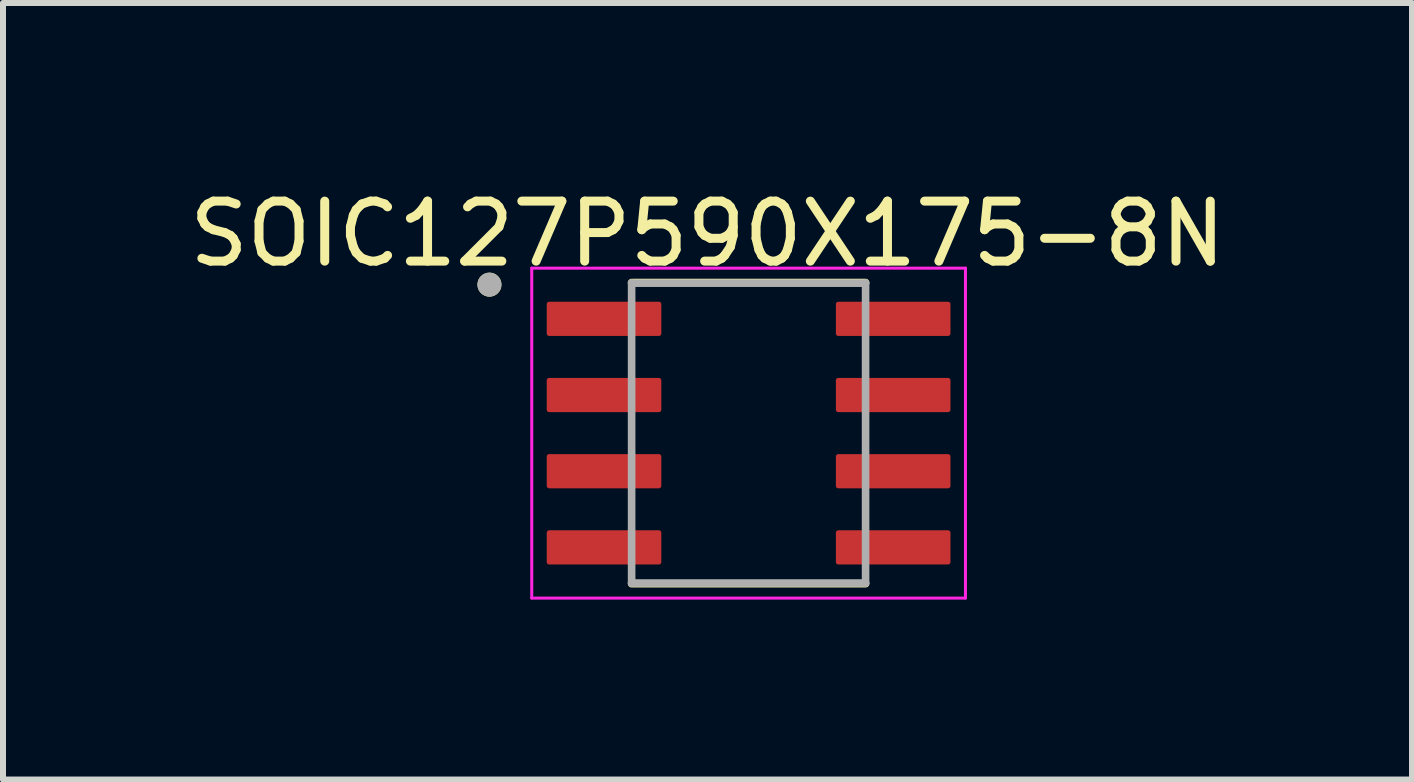
<source format=kicad_pcb>
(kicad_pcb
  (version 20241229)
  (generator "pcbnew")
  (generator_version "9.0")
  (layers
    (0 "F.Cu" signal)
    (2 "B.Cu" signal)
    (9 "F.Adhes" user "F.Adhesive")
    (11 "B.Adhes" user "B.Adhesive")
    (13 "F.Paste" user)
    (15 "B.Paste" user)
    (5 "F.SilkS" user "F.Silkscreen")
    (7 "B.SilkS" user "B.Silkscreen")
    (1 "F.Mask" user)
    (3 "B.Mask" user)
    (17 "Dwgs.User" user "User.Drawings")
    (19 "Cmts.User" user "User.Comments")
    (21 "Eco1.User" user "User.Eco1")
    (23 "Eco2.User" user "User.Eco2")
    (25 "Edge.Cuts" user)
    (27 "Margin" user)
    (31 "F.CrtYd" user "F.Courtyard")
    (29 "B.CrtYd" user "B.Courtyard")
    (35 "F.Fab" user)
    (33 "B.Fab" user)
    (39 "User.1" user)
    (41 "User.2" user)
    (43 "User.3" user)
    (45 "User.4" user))
  (footprint "SOIC127P590X175-8N"
    (layer "F.Cu")
    (at 9.429 4.17)
    (property "Reference" "SOIC127P590X175-8N" (at -0.685 -3.322 0) (layer "F.SilkS") (effects (font (size 1 1) (thickness 0.15))))
    (attr through_hole)
    (fp_line (start -1.95 -2.51) (end 1.95 -2.51) (stroke (width 0.127) (type solid)) (layer "F.SilkS"))
    (fp_line (start -1.95 2.51) (end 1.95 2.51) (stroke (width 0.127) (type solid)) (layer "F.SilkS"))
    (fp_circle (center -4.32 -2.475) (end -4.22 -2.475) (stroke (width 0.2) (type solid)) (fill no) (layer "F.SilkS"))
    (fp_line (start -3.615 -2.75) (end -3.615 2.75) (stroke (width 0.05) (type solid)) (layer "F.CrtYd"))
    (fp_line (start -3.615 -2.75) (end 3.615 -2.75) (stroke (width 0.05) (type solid)) (layer "F.CrtYd"))
    (fp_line (start -3.615 2.75) (end 3.615 2.75) (stroke (width 0.05) (type solid)) (layer "F.CrtYd"))
    (fp_line (start 3.615 -2.75) (end 3.615 2.75) (stroke (width 0.05) (type solid)) (layer "F.CrtYd"))
    (fp_line (start -1.95 -2.5) (end -1.95 2.5) (stroke (width 0.127) (type solid)) (layer "F.Fab"))
    (fp_line (start -1.95 -2.5) (end 1.95 -2.5) (stroke (width 0.127) (type solid)) (layer "F.Fab"))
    (fp_line (start -1.95 2.5) (end 1.95 2.5) (stroke (width 0.127) (type solid)) (layer "F.Fab"))
    (fp_line (start 1.95 -2.5) (end 1.95 2.5) (stroke (width 0.127) (type solid)) (layer "F.Fab"))
    (fp_circle (center -4.32 -2.475) (end -4.22 -2.475) (stroke (width 0.2) (type solid)) (fill no) (layer "F.Fab"))
    (pad "1" smd roundrect (at -2.41 -1.905) (size 1.91 0.57) (layers "F.Cu" "F.Mask" "F.Paste") (roundrect_rratio 0.07))
    (pad "2" smd roundrect (at -2.41 -0.635) (size 1.91 0.57) (layers "F.Cu" "F.Mask" "F.Paste") (roundrect_rratio 0.07))
    (pad "3" smd roundrect (at -2.41 0.635) (size 1.91 0.57) (layers "F.Cu" "F.Mask" "F.Paste") (roundrect_rratio 0.07))
    (pad "4" smd roundrect (at -2.41 1.905) (size 1.91 0.57) (layers "F.Cu" "F.Mask" "F.Paste") (roundrect_rratio 0.07))
    (pad "5" smd roundrect (at 2.41 1.905) (size 1.91 0.57) (layers "F.Cu" "F.Mask" "F.Paste") (roundrect_rratio 0.07))
    (pad "6" smd roundrect (at 2.41 0.635) (size 1.91 0.57) (layers "F.Cu" "F.Mask" "F.Paste") (roundrect_rratio 0.07))
    (pad "7" smd roundrect (at 2.41 -0.635) (size 1.91 0.57) (layers "F.Cu" "F.Mask" "F.Paste") (roundrect_rratio 0.07))
    (pad "8" smd roundrect (at 2.41 -1.905) (size 1.91 0.57) (layers "F.Cu" "F.Mask" "F.Paste") (roundrect_rratio 0.07)))
  (gr_rect
    (start -3 -3)
    (end 20.488 9.945)
    (stroke (width 0.1) (type default))
    (fill no)
    (layer "Edge.Cuts")))
</source>
